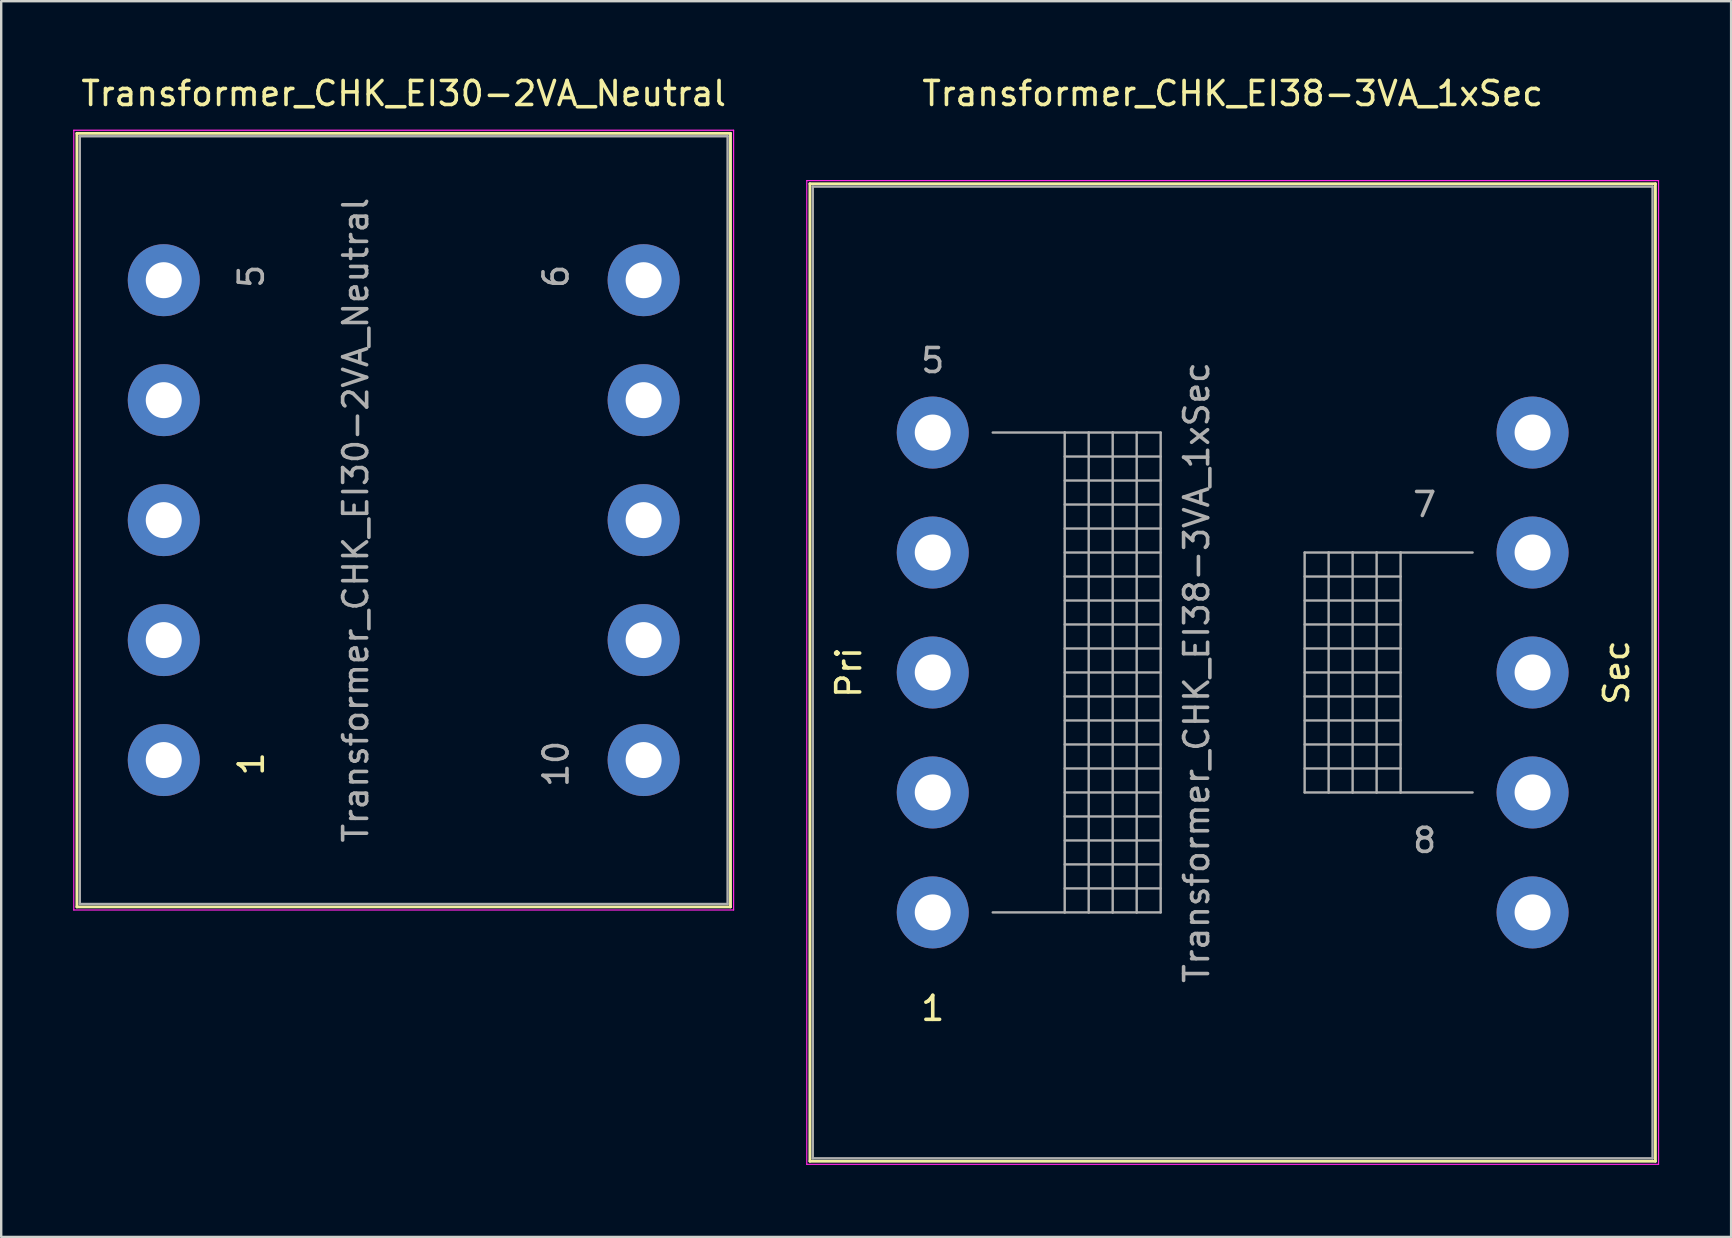
<source format=kicad_pcb>
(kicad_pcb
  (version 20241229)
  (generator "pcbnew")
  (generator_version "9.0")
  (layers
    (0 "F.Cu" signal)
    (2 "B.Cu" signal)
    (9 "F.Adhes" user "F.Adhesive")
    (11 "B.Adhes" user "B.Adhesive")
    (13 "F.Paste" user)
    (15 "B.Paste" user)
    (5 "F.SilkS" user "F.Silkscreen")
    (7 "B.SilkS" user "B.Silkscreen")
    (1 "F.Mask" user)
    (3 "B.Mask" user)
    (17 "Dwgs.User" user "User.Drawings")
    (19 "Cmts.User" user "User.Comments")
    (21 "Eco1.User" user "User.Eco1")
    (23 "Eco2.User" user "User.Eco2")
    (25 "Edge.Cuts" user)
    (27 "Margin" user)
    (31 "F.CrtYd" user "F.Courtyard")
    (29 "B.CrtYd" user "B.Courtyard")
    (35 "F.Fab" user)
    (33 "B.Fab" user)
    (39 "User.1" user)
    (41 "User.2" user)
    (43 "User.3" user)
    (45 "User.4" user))
  (footprint "Transformer_CHK_EI30-2VA_Neutral"
    (layer "F.Cu")
    (at 3.775 28.628)
    (property "Reference" "Transformer_CHK_EI30-2VA_Neutral" (at 10 -27.78 0) (layer "F.SilkS") (effects (font (size 1 1) (thickness 0.15))))
    (attr through_hole)
    (fp_line (start -3.62 -26.12) (end -3.62 6.12) (stroke (width 0.12) (type solid)) (layer "F.SilkS"))
    (fp_line (start -3.62 -26.12) (end 23.62 -26.12) (stroke (width 0.12) (type solid)) (layer "F.SilkS"))
    (fp_line (start 23.62 6.12) (end -3.62 6.12) (stroke (width 0.12) (type solid)) (layer "F.SilkS"))
    (fp_line (start 23.62 6.12) (end 23.62 -26.12) (stroke (width 0.12) (type solid)) (layer "F.SilkS"))
    (fp_line (start -3.75 -26.25) (end -3.75 6.25) (stroke (width 0.05) (type solid)) (layer "F.CrtYd"))
    (fp_line (start -3.75 -26.25) (end 23.75 -26.25) (stroke (width 0.05) (type solid)) (layer "F.CrtYd"))
    (fp_line (start 23.75 6.25) (end -3.75 6.25) (stroke (width 0.05) (type solid)) (layer "F.CrtYd"))
    (fp_line (start 23.75 6.25) (end 23.75 -26.25) (stroke (width 0.05) (type solid)) (layer "F.CrtYd"))
    (fp_line (start -3.5 -26) (end -3.5 6) (stroke (width 0.1) (type solid)) (layer "F.Fab"))
    (fp_line (start -3.5 6) (end 23.5 6) (stroke (width 0.1) (type solid)) (layer "F.Fab"))
    (fp_line (start 23.5 -26) (end -3.5 -26) (stroke (width 0.1) (type solid)) (layer "F.Fab"))
    (fp_line (start 23.5 6) (end 23.5 -26) (stroke (width 0.1) (type solid)) (layer "F.Fab"))
    (fp_text user "1" (at 3.65 0.16 90) (layer "F.SilkS") (effects (font (size 1 1) (thickness 0.15))))
    (fp_text user "6" (at 16.35 -20.16 90) (layer "F.Fab") (effects (font (size 1 1) (thickness 0.15))))
    (fp_text user "${REFERENCE}" (at 8 -10 90) (layer "F.Fab") (effects (font (size 1 1) (thickness 0.15))))
    (fp_text user "10" (at 16.35 0.16 90) (layer "F.Fab") (effects (font (size 1 1) (thickness 0.15))))
    (fp_text user "5" (at 3.65 -20.16 90) (layer "F.Fab") (effects (font (size 1 1) (thickness 0.15))))
    (pad "1" thru_hole circle (at 0 0) (size 3 3) (drill 1.5) (layers "*.Cu" "*.Mask"))
    (pad "2" thru_hole circle (at 0 -5) (size 3 3) (drill 1.5) (layers "*.Cu" "*.Mask"))
    (pad "3" thru_hole circle (at 0 -10) (size 3 3) (drill 1.5) (layers "*.Cu" "*.Mask"))
    (pad "4" thru_hole circle (at 0 -15) (size 3 3) (drill 1.5) (layers "*.Cu" "*.Mask"))
    (pad "5" thru_hole circle (at 0 -20) (size 3 3) (drill 1.5) (layers "*.Cu" "*.Mask"))
    (pad "6" thru_hole circle (at 20 -20) (size 3 3) (drill 1.5) (layers "*.Cu" "*.Mask"))
    (pad "7" thru_hole circle (at 20 -15) (size 3 3) (drill 1.5) (layers "*.Cu" "*.Mask"))
    (pad "8" thru_hole circle (at 20 -10) (size 3 3) (drill 1.5) (layers "*.Cu" "*.Mask"))
    (pad "9" thru_hole circle (at 20 -5) (size 3 3) (drill 1.5) (layers "*.Cu" "*.Mask"))
    (pad "10" thru_hole circle (at 20 0) (size 3 3) (drill 1.5) (layers "*.Cu" "*.Mask")))
  (footprint "Transformer_CHK_EI38-3VA_1xSec"
    (layer "F.Cu")
    (at 35.825 34.978)
    (property "Reference" "Transformer_CHK_EI38-3VA_1xSec" (at 12.5 -34.13 0) (layer "F.SilkS") (effects (font (size 1 1) (thickness 0.15))))
    (attr through_hole)
    (fp_line (start -5.12 -30.37) (end -5.12 10.37) (stroke (width 0.12) (type solid)) (layer "F.SilkS"))
    (fp_line (start -5.12 -30.37) (end 30.12 -30.37) (stroke (width 0.12) (type solid)) (layer "F.SilkS"))
    (fp_line (start 30.12 10.37) (end -5.12 10.37) (stroke (width 0.12) (type solid)) (layer "F.SilkS"))
    (fp_line (start 30.12 10.37) (end 30.12 -30.37) (stroke (width 0.12) (type solid)) (layer "F.SilkS"))
    (fp_line (start -5.25 -30.5) (end -5.25 10.5) (stroke (width 0.05) (type solid)) (layer "F.CrtYd"))
    (fp_line (start -5.25 -30.5) (end 30.25 -30.5) (stroke (width 0.05) (type solid)) (layer "F.CrtYd"))
    (fp_line (start 30.25 10.5) (end -5.25 10.5) (stroke (width 0.05) (type solid)) (layer "F.CrtYd"))
    (fp_line (start 30.25 10.5) (end 30.25 -30.5) (stroke (width 0.05) (type solid)) (layer "F.CrtYd"))
    (fp_line (start -5 -30.25) (end -5 10.25) (stroke (width 0.1) (type solid)) (layer "F.Fab"))
    (fp_line (start -5 10.25) (end 30 10.25) (stroke (width 0.1) (type solid)) (layer "F.Fab"))
    (fp_line (start 2.5 -20) (end 5.5 -20) (stroke (width 0.1) (type solid)) (layer "F.Fab"))
    (fp_line (start 5.5 -20) (end 5.5 0) (stroke (width 0.1) (type solid)) (layer "F.Fab"))
    (fp_line (start 5.5 -20) (end 6.5 -20) (stroke (width 0.1) (type solid)) (layer "F.Fab"))
    (fp_line (start 5.5 -19) (end 9.5 -19) (stroke (width 0.1) (type solid)) (layer "F.Fab"))
    (fp_line (start 5.5 -18) (end 9.5 -18) (stroke (width 0.1) (type solid)) (layer "F.Fab"))
    (fp_line (start 5.5 -17) (end 9.5 -17) (stroke (width 0.1) (type solid)) (layer "F.Fab"))
    (fp_line (start 5.5 -16) (end 9.5 -16) (stroke (width 0.1) (type solid)) (layer "F.Fab"))
    (fp_line (start 5.5 -15) (end 9.5 -15) (stroke (width 0.1) (type solid)) (layer "F.Fab"))
    (fp_line (start 5.5 -14) (end 9.5 -14) (stroke (width 0.1) (type solid)) (layer "F.Fab"))
    (fp_line (start 5.5 -13) (end 9.5 -13) (stroke (width 0.1) (type solid)) (layer "F.Fab"))
    (fp_line (start 5.5 -12) (end 9.5 -12) (stroke (width 0.1) (type solid)) (layer "F.Fab"))
    (fp_line (start 5.5 -11) (end 9.5 -11) (stroke (width 0.1) (type solid)) (layer "F.Fab"))
    (fp_line (start 5.5 -10) (end 9.5 -10) (stroke (width 0.1) (type solid)) (layer "F.Fab"))
    (fp_line (start 5.5 -9) (end 9.5 -9) (stroke (width 0.1) (type solid)) (layer "F.Fab"))
    (fp_line (start 5.5 -8) (end 9.5 -8) (stroke (width 0.1) (type solid)) (layer "F.Fab"))
    (fp_line (start 5.5 -7) (end 9.5 -7) (stroke (width 0.1) (type solid)) (layer "F.Fab"))
    (fp_line (start 5.5 -6) (end 9.5 -6) (stroke (width 0.1) (type solid)) (layer "F.Fab"))
    (fp_line (start 5.5 -5) (end 9.5 -5) (stroke (width 0.1) (type solid)) (layer "F.Fab"))
    (fp_line (start 5.5 -4) (end 9.5 -4) (stroke (width 0.1) (type solid)) (layer "F.Fab"))
    (fp_line (start 5.5 -3) (end 9.5 -3) (stroke (width 0.1) (type solid)) (layer "F.Fab"))
    (fp_line (start 5.5 -2) (end 9.5 -2) (stroke (width 0.1) (type solid)) (layer "F.Fab"))
    (fp_line (start 5.5 -1) (end 9.5 -1) (stroke (width 0.1) (type solid)) (layer "F.Fab"))
    (fp_line (start 5.5 0) (end 2.5 0) (stroke (width 0.1) (type solid)) (layer "F.Fab"))
    (fp_line (start 6.5 -20) (end 6.5 0) (stroke (width 0.1) (type solid)) (layer "F.Fab"))
    (fp_line (start 6.5 -20) (end 7.5 -20) (stroke (width 0.1) (type solid)) (layer "F.Fab"))
    (fp_line (start 6.5 0) (end 5.5 0) (stroke (width 0.1) (type solid)) (layer "F.Fab"))
    (fp_line (start 7.5 -20) (end 7.5 0) (stroke (width 0.1) (type solid)) (layer "F.Fab"))
    (fp_line (start 7.5 -20) (end 8.5 -20) (stroke (width 0.1) (type solid)) (layer "F.Fab"))
    (fp_line (start 7.5 0) (end 6.5 0) (stroke (width 0.1) (type solid)) (layer "F.Fab"))
    (fp_line (start 8.5 -20) (end 8.5 0) (stroke (width 0.1) (type solid)) (layer "F.Fab"))
    (fp_line (start 8.5 -20) (end 9.5 -20) (stroke (width 0.1) (type solid)) (layer "F.Fab"))
    (fp_line (start 8.5 0) (end 7.5 0) (stroke (width 0.1) (type solid)) (layer "F.Fab"))
    (fp_line (start 9.5 -20) (end 9.5 0) (stroke (width 0.1) (type solid)) (layer "F.Fab"))
    (fp_line (start 9.5 0) (end 8.5 0) (stroke (width 0.1) (type solid)) (layer "F.Fab"))
    (fp_line (start 15.5 -15) (end 15.5 -5) (stroke (width 0.1) (type solid)) (layer "F.Fab"))
    (fp_line (start 15.5 -14) (end 19.5 -14) (stroke (width 0.1) (type solid)) (layer "F.Fab"))
    (fp_line (start 15.5 -12) (end 19.5 -12) (stroke (width 0.1) (type solid)) (layer "F.Fab"))
    (fp_line (start 15.5 -10) (end 19.5 -10) (stroke (width 0.1) (type solid)) (layer "F.Fab"))
    (fp_line (start 15.5 -8) (end 19.5 -8) (stroke (width 0.1) (type solid)) (layer "F.Fab"))
    (fp_line (start 15.5 -6) (end 19.5 -6) (stroke (width 0.1) (type solid)) (layer "F.Fab"))
    (fp_line (start 15.5 -5) (end 16.5 -5) (stroke (width 0.1) (type solid)) (layer "F.Fab"))
    (fp_line (start 16.5 -15) (end 15.5 -15) (stroke (width 0.1) (type solid)) (layer "F.Fab"))
    (fp_line (start 16.5 -15) (end 16.5 -5) (stroke (width 0.1) (type solid)) (layer "F.Fab"))
    (fp_line (start 16.5 -5) (end 17.5 -5) (stroke (width 0.1) (type solid)) (layer "F.Fab"))
    (fp_line (start 17.5 -15) (end 16.5 -15) (stroke (width 0.1) (type solid)) (layer "F.Fab"))
    (fp_line (start 17.5 -15) (end 17.5 -5) (stroke (width 0.1) (type solid)) (layer "F.Fab"))
    (fp_line (start 17.5 -5) (end 18.5 -5) (stroke (width 0.1) (type solid)) (layer "F.Fab"))
    (fp_line (start 18.5 -15) (end 17.5 -15) (stroke (width 0.1) (type solid)) (layer "F.Fab"))
    (fp_line (start 18.5 -15) (end 18.5 -5) (stroke (width 0.1) (type solid)) (layer "F.Fab"))
    (fp_line (start 18.5 -5) (end 19.5 -5) (stroke (width 0.1) (type solid)) (layer "F.Fab"))
    (fp_line (start 19.5 -15) (end 18.5 -15) (stroke (width 0.1) (type solid)) (layer "F.Fab"))
    (fp_line (start 19.5 -15) (end 19.5 -5) (stroke (width 0.1) (type solid)) (layer "F.Fab"))
    (fp_line (start 19.5 -13) (end 15.5 -13) (stroke (width 0.1) (type solid)) (layer "F.Fab"))
    (fp_line (start 19.5 -11) (end 15.5 -11) (stroke (width 0.1) (type solid)) (layer "F.Fab"))
    (fp_line (start 19.5 -9) (end 15.5 -9) (stroke (width 0.1) (type solid)) (layer "F.Fab"))
    (fp_line (start 19.5 -7) (end 15.5 -7) (stroke (width 0.1) (type solid)) (layer "F.Fab"))
    (fp_line (start 19.5 -5) (end 22.5 -5) (stroke (width 0.1) (type solid)) (layer "F.Fab"))
    (fp_line (start 22.5 -15) (end 19.5 -15) (stroke (width 0.1) (type solid)) (layer "F.Fab"))
    (fp_line (start 30 -30.25) (end -5 -30.25) (stroke (width 0.1) (type solid)) (layer "F.Fab"))
    (fp_line (start 30 10.25) (end 30 -30.25) (stroke (width 0.1) (type solid)) (layer "F.Fab"))
    (fp_text user "Sec" (at 28.5 -10 90) (layer "F.SilkS") (effects (font (size 1 1) (thickness 0.15))))
    (fp_text user "1" (at 0 4 0) (layer "F.SilkS") (effects (font (size 1 1) (thickness 0.15))))
    (fp_text user "Pri" (at -3.5 -10 90) (layer "F.SilkS") (effects (font (size 1 1) (thickness 0.15))))
    (fp_text user "${REFERENCE}" (at 11 -10 90) (layer "F.Fab") (effects (font (size 1 1) (thickness 0.15))))
    (fp_text user "5" (at 0 -23 0) (layer "F.Fab") (effects (font (size 1 1) (thickness 0.15))))
    (fp_text user "7" (at 20.5 -17 0) (layer "F.Fab") (effects (font (size 1 1) (thickness 0.15))))
    (fp_text user "8" (at 20.5 -3 0) (layer "F.Fab") (effects (font (size 1 1) (thickness 0.15))))
    (pad "1" thru_hole circle (at 0 0) (size 3 3) (drill 1.5) (layers "*.Cu" "*.Mask"))
    (pad "2" thru_hole circle (at 0 -5) (size 3 3) (drill 1.5) (layers "*.Cu" "*.Mask"))
    (pad "3" thru_hole circle (at 0 -10) (size 3 3) (drill 1.5) (layers "*.Cu" "*.Mask"))
    (pad "4" thru_hole circle (at 0 -15) (size 3 3) (drill 1.5) (layers "*.Cu" "*.Mask"))
    (pad "5" thru_hole circle (at 0 -20) (size 3 3) (drill 1.5) (layers "*.Cu" "*.Mask"))
    (pad "6" thru_hole circle (at 25 -20) (size 3 3) (drill 1.5) (layers "*.Cu" "*.Mask"))
    (pad "7" thru_hole circle (at 25 -15) (size 3 3) (drill 1.5) (layers "*.Cu" "*.Mask"))
    (pad "8" thru_hole circle (at 25 -10) (size 3 3) (drill 1.5) (layers "*.Cu" "*.Mask"))
    (pad "9" thru_hole circle (at 25 -5) (size 3 3) (drill 1.5) (layers "*.Cu" "*.Mask"))
    (pad "10" thru_hole circle (at 25 0) (size 3 3) (drill 1.5) (layers "*.Cu" "*.Mask")))
  (gr_rect
    (start -3 -3)
    (end 69.1 48.503)
    (stroke (width 0.1) (type default))
    (fill no)
    (layer "Edge.Cuts")))
</source>
